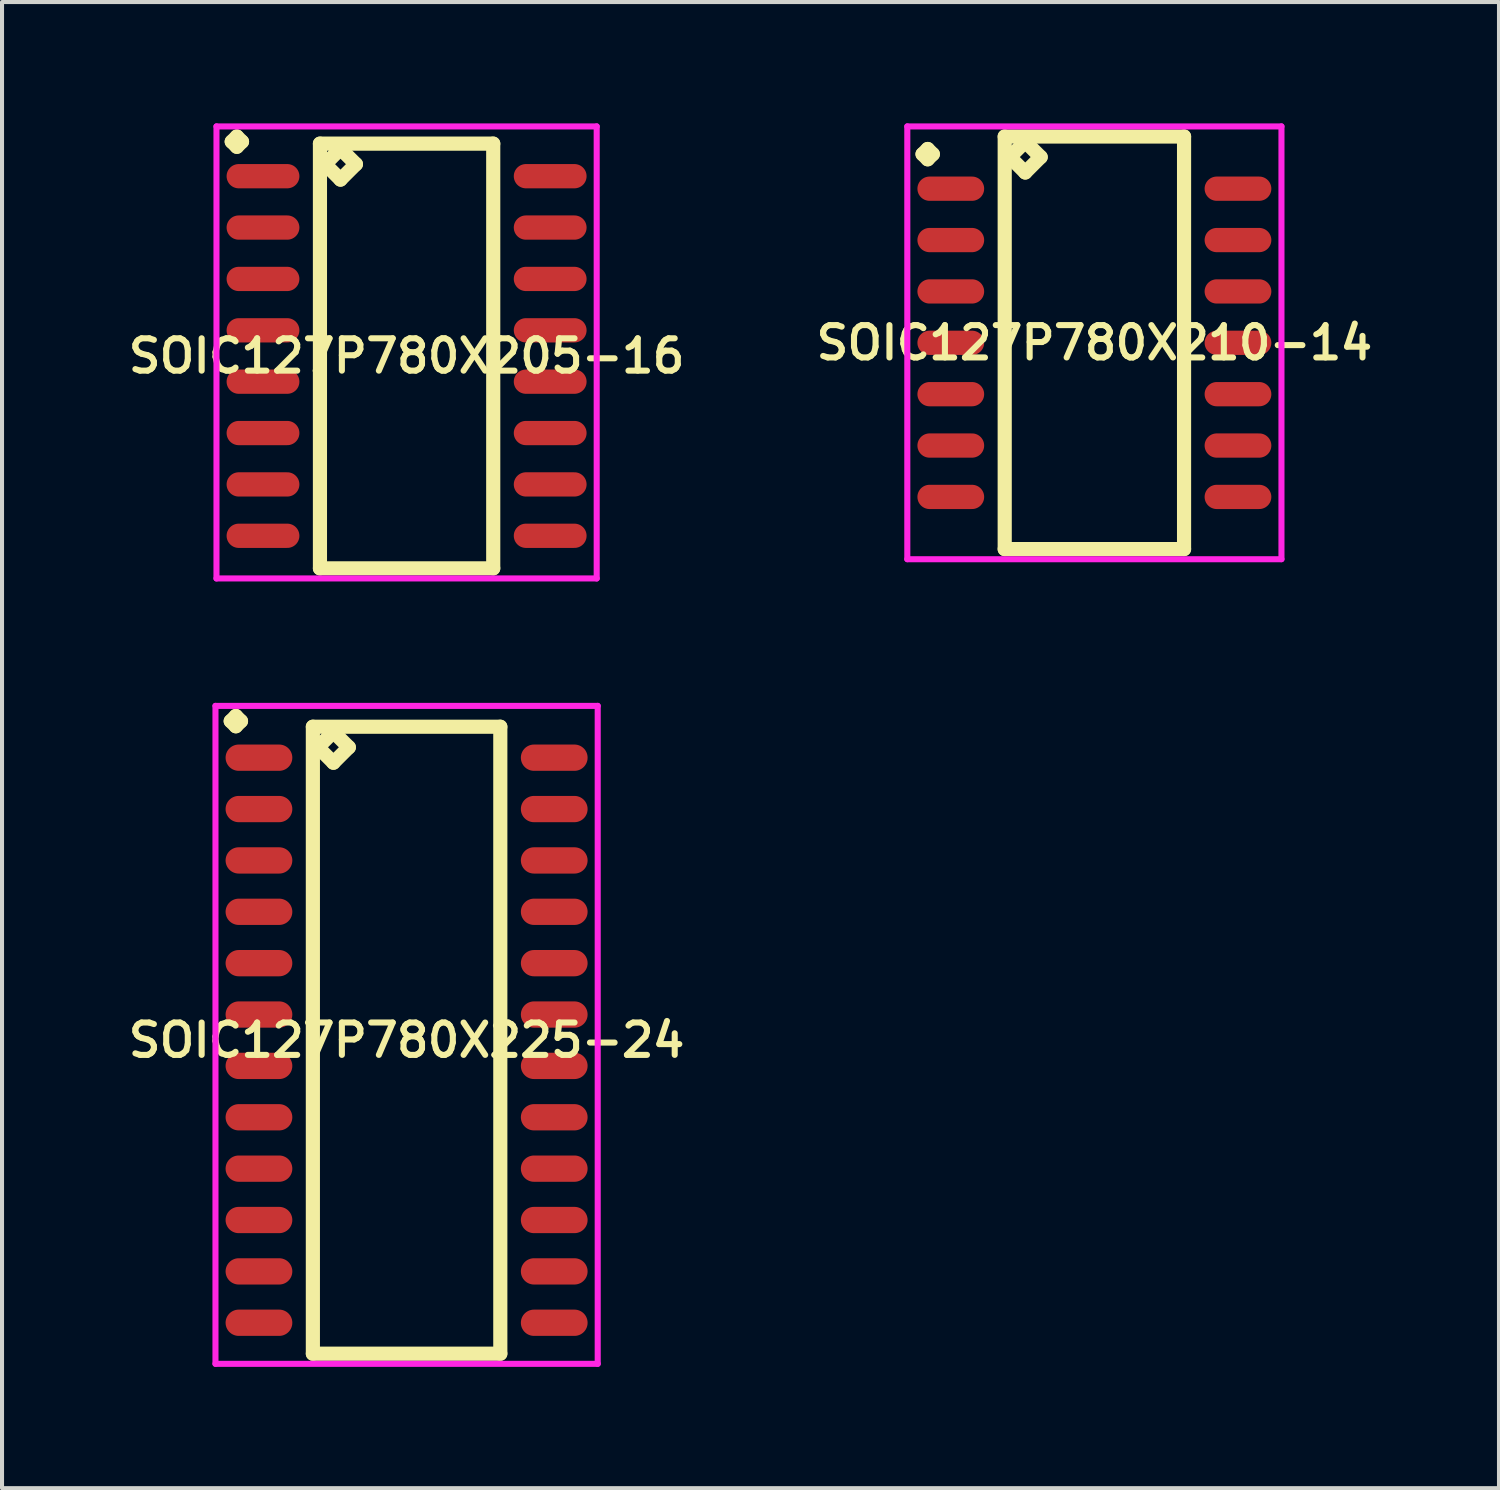
<source format=kicad_pcb>
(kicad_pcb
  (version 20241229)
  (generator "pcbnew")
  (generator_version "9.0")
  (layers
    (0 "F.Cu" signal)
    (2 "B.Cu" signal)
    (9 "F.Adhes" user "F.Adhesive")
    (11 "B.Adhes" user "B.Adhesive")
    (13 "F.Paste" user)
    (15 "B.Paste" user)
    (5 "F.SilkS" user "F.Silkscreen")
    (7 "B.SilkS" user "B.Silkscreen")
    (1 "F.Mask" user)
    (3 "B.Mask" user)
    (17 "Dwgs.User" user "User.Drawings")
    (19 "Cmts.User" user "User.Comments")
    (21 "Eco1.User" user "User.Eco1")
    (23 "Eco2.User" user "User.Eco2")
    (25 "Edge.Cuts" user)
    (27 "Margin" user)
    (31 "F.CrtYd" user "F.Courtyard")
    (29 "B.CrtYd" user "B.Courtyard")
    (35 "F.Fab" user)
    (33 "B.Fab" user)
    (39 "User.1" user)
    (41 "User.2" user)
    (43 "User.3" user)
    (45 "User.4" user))
  (footprint "SOIC127P780X205-16"
    (layer "F.Cu")
    (at 7.002 5.751)
    (property "Reference" "SOIC127P780X205-16" (at 0 0 0) (layer "F.SilkS") (effects (font (size 0.8 0.8) (thickness 0.15))))
    (attr smd)
    (fp_line (start -4.323 -5.299) (end -4.196 -5.426) (stroke (width 0.35) (type solid)) (layer "F.SilkS"))
    (fp_line (start -4.196 -5.426) (end -4.069 -5.299) (stroke (width 0.35) (type solid)) (layer "F.SilkS"))
    (fp_line (start -4.196 -5.172) (end -4.323 -5.299) (stroke (width 0.35) (type solid)) (layer "F.SilkS"))
    (fp_line (start -4.069 -5.299) (end -4.196 -5.172) (stroke (width 0.35) (type solid)) (layer "F.SilkS"))
    (fp_line (start -2.142 -5.25) (end -2.142 5.25) (stroke (width 0.35) (type solid)) (layer "F.SilkS"))
    (fp_line (start -2.142 5.25) (end 2.142 5.25) (stroke (width 0.35) (type solid)) (layer "F.SilkS"))
    (fp_line (start -2.015 -4.742) (end -1.634 -5.123) (stroke (width 0.35) (type solid)) (layer "F.SilkS"))
    (fp_line (start -1.634 -5.123) (end -1.253 -4.742) (stroke (width 0.35) (type solid)) (layer "F.SilkS"))
    (fp_line (start -1.634 -4.361) (end -2.015 -4.742) (stroke (width 0.35) (type solid)) (layer "F.SilkS"))
    (fp_line (start -1.253 -4.742) (end -1.634 -4.361) (stroke (width 0.35) (type solid)) (layer "F.SilkS"))
    (fp_line (start 2.142 -5.25) (end -2.142 -5.25) (stroke (width 0.35) (type solid)) (layer "F.SilkS"))
    (fp_line (start 2.142 5.25) (end 2.142 -5.25) (stroke (width 0.35) (type solid)) (layer "F.SilkS"))
    (fp_line (start -4.7 -5.676) (end 4.7 -5.676) (stroke (width 0.15) (type solid)) (layer "F.CrtYd"))
    (fp_line (start -4.7 5.5) (end -4.7 -5.676) (stroke (width 0.15) (type solid)) (layer "F.CrtYd"))
    (fp_line (start 4.7 -5.676) (end 4.7 5.5) (stroke (width 0.15) (type solid)) (layer "F.CrtYd"))
    (fp_line (start 4.7 5.5) (end -4.7 5.5) (stroke (width 0.15) (type solid)) (layer "F.CrtYd"))
    (pad "1" smd oval (at -3.55 -4.445) (size 1.8 0.6) (layers "F.Cu" "F.Mask" "F.Paste"))
    (pad "2" smd oval (at -3.55 -3.175) (size 1.8 0.6) (layers "F.Cu" "F.Mask" "F.Paste"))
    (pad "3" smd oval (at -3.55 -1.905) (size 1.8 0.6) (layers "F.Cu" "F.Mask" "F.Paste"))
    (pad "4" smd oval (at -3.55 -0.635) (size 1.8 0.6) (layers "F.Cu" "F.Mask" "F.Paste"))
    (pad "5" smd oval (at -3.55 0.635) (size 1.8 0.6) (layers "F.Cu" "F.Mask" "F.Paste"))
    (pad "6" smd oval (at -3.55 1.905) (size 1.8 0.6) (layers "F.Cu" "F.Mask" "F.Paste"))
    (pad "7" smd oval (at -3.55 3.175) (size 1.8 0.6) (layers "F.Cu" "F.Mask" "F.Paste"))
    (pad "8" smd oval (at -3.55 4.445) (size 1.8 0.6) (layers "F.Cu" "F.Mask" "F.Paste"))
    (pad "9" smd oval (at 3.55 4.445) (size 1.8 0.6) (layers "F.Cu" "F.Mask" "F.Paste"))
    (pad "10" smd oval (at 3.55 3.175) (size 1.8 0.6) (layers "F.Cu" "F.Mask" "F.Paste"))
    (pad "11" smd oval (at 3.55 1.905) (size 1.8 0.6) (layers "F.Cu" "F.Mask" "F.Paste"))
    (pad "12" smd oval (at 3.55 0.635) (size 1.8 0.6) (layers "F.Cu" "F.Mask" "F.Paste"))
    (pad "13" smd oval (at 3.55 -0.635) (size 1.8 0.6) (layers "F.Cu" "F.Mask" "F.Paste"))
    (pad "14" smd oval (at 3.55 -1.905) (size 1.8 0.6) (layers "F.Cu" "F.Mask" "F.Paste"))
    (pad "15" smd oval (at 3.55 -3.175) (size 1.8 0.6) (layers "F.Cu" "F.Mask" "F.Paste"))
    (pad "16" smd oval (at 3.55 -4.445) (size 1.8 0.6) (layers "F.Cu" "F.Mask" "F.Paste")))
  (footprint "SOIC127P780X225-24"
    (layer "F.Cu")
    (at 7.002 22.667)
    (property "Reference" "SOIC127P780X225-24" (at 0 0 0) (layer "F.SilkS") (effects (font (size 0.8 0.8) (thickness 0.15))))
    (attr smd)
    (fp_line (start -4.348 -7.889) (end -4.221 -8.016) (stroke (width 0.35) (type solid)) (layer "F.SilkS"))
    (fp_line (start -4.221 -8.016) (end -4.094 -7.889) (stroke (width 0.35) (type solid)) (layer "F.SilkS"))
    (fp_line (start -4.221 -7.762) (end -4.348 -7.889) (stroke (width 0.35) (type solid)) (layer "F.SilkS"))
    (fp_line (start -4.094 -7.889) (end -4.221 -7.762) (stroke (width 0.35) (type solid)) (layer "F.SilkS"))
    (fp_line (start -2.317 -7.75) (end -2.317 7.75) (stroke (width 0.35) (type solid)) (layer "F.SilkS"))
    (fp_line (start -2.317 7.75) (end 2.317 7.75) (stroke (width 0.35) (type solid)) (layer "F.SilkS"))
    (fp_line (start -2.19 -7.242) (end -1.809 -7.623) (stroke (width 0.35) (type solid)) (layer "F.SilkS"))
    (fp_line (start -1.809 -7.623) (end -1.428 -7.242) (stroke (width 0.35) (type solid)) (layer "F.SilkS"))
    (fp_line (start -1.809 -6.861) (end -2.19 -7.242) (stroke (width 0.35) (type solid)) (layer "F.SilkS"))
    (fp_line (start -1.428 -7.242) (end -1.809 -6.861) (stroke (width 0.35) (type solid)) (layer "F.SilkS"))
    (fp_line (start 2.317 -7.75) (end -2.317 -7.75) (stroke (width 0.35) (type solid)) (layer "F.SilkS"))
    (fp_line (start 2.317 7.75) (end 2.317 -7.75) (stroke (width 0.35) (type solid)) (layer "F.SilkS"))
    (fp_line (start -4.725 -8.266) (end 4.725 -8.266) (stroke (width 0.15) (type solid)) (layer "F.CrtYd"))
    (fp_line (start -4.725 8) (end -4.725 -8.266) (stroke (width 0.15) (type solid)) (layer "F.CrtYd"))
    (fp_line (start 4.725 -8.266) (end 4.725 8) (stroke (width 0.15) (type solid)) (layer "F.CrtYd"))
    (fp_line (start 4.725 8) (end -4.725 8) (stroke (width 0.15) (type solid)) (layer "F.CrtYd"))
    (pad "1" smd oval (at -3.65 -6.985) (size 1.65 0.65) (layers "F.Cu" "F.Mask" "F.Paste"))
    (pad "2" smd oval (at -3.65 -5.715) (size 1.65 0.65) (layers "F.Cu" "F.Mask" "F.Paste"))
    (pad "3" smd oval (at -3.65 -4.445) (size 1.65 0.65) (layers "F.Cu" "F.Mask" "F.Paste"))
    (pad "4" smd oval (at -3.65 -3.175) (size 1.65 0.65) (layers "F.Cu" "F.Mask" "F.Paste"))
    (pad "5" smd oval (at -3.65 -1.905) (size 1.65 0.65) (layers "F.Cu" "F.Mask" "F.Paste"))
    (pad "6" smd oval (at -3.65 -0.635) (size 1.65 0.65) (layers "F.Cu" "F.Mask" "F.Paste"))
    (pad "7" smd oval (at -3.65 0.635) (size 1.65 0.65) (layers "F.Cu" "F.Mask" "F.Paste"))
    (pad "8" smd oval (at -3.65 1.905) (size 1.65 0.65) (layers "F.Cu" "F.Mask" "F.Paste"))
    (pad "9" smd oval (at -3.65 3.175) (size 1.65 0.65) (layers "F.Cu" "F.Mask" "F.Paste"))
    (pad "10" smd oval (at -3.65 4.445) (size 1.65 0.65) (layers "F.Cu" "F.Mask" "F.Paste"))
    (pad "11" smd oval (at -3.65 5.715) (size 1.65 0.65) (layers "F.Cu" "F.Mask" "F.Paste"))
    (pad "12" smd oval (at -3.65 6.985) (size 1.65 0.65) (layers "F.Cu" "F.Mask" "F.Paste"))
    (pad "13" smd oval (at 3.65 6.985) (size 1.65 0.65) (layers "F.Cu" "F.Mask" "F.Paste"))
    (pad "14" smd oval (at 3.65 5.715) (size 1.65 0.65) (layers "F.Cu" "F.Mask" "F.Paste"))
    (pad "15" smd oval (at 3.65 4.445) (size 1.65 0.65) (layers "F.Cu" "F.Mask" "F.Paste"))
    (pad "16" smd oval (at 3.65 3.175) (size 1.65 0.65) (layers "F.Cu" "F.Mask" "F.Paste"))
    (pad "17" smd oval (at 3.65 1.905) (size 1.65 0.65) (layers "F.Cu" "F.Mask" "F.Paste"))
    (pad "18" smd oval (at 3.65 0.635) (size 1.65 0.65) (layers "F.Cu" "F.Mask" "F.Paste"))
    (pad "19" smd oval (at 3.65 -0.635) (size 1.65 0.65) (layers "F.Cu" "F.Mask" "F.Paste"))
    (pad "20" smd oval (at 3.65 -1.905) (size 1.65 0.65) (layers "F.Cu" "F.Mask" "F.Paste"))
    (pad "21" smd oval (at 3.65 -3.175) (size 1.65 0.65) (layers "F.Cu" "F.Mask" "F.Paste"))
    (pad "22" smd oval (at 3.65 -4.445) (size 1.65 0.65) (layers "F.Cu" "F.Mask" "F.Paste"))
    (pad "23" smd oval (at 3.65 -5.715) (size 1.65 0.65) (layers "F.Cu" "F.Mask" "F.Paste"))
    (pad "24" smd oval (at 3.65 -6.985) (size 1.65 0.65) (layers "F.Cu" "F.Mask" "F.Paste")))
  (footprint "SOIC127P780X210-14"
    (layer "F.Cu")
    (at 24.006 5.425)
    (property "Reference" "SOIC127P780X210-14" (at 0 0 0) (layer "F.SilkS") (effects (font (size 0.8 0.8) (thickness 0.15))))
    (attr smd)
    (fp_line (start -4.248 -4.664) (end -4.121 -4.791) (stroke (width 0.35) (type solid)) (layer "F.SilkS"))
    (fp_line (start -4.121 -4.791) (end -3.994 -4.664) (stroke (width 0.35) (type solid)) (layer "F.SilkS"))
    (fp_line (start -4.121 -4.537) (end -4.248 -4.664) (stroke (width 0.35) (type solid)) (layer "F.SilkS"))
    (fp_line (start -3.994 -4.664) (end -4.121 -4.537) (stroke (width 0.35) (type solid)) (layer "F.SilkS"))
    (fp_line (start -2.217 -5.1) (end -2.217 5.1) (stroke (width 0.35) (type solid)) (layer "F.SilkS"))
    (fp_line (start -2.217 5.1) (end 2.217 5.1) (stroke (width 0.35) (type solid)) (layer "F.SilkS"))
    (fp_line (start -2.09 -4.592) (end -1.709 -4.973) (stroke (width 0.35) (type solid)) (layer "F.SilkS"))
    (fp_line (start -1.709 -4.973) (end -1.328 -4.592) (stroke (width 0.35) (type solid)) (layer "F.SilkS"))
    (fp_line (start -1.709 -4.211) (end -2.09 -4.592) (stroke (width 0.35) (type solid)) (layer "F.SilkS"))
    (fp_line (start -1.328 -4.592) (end -1.709 -4.211) (stroke (width 0.35) (type solid)) (layer "F.SilkS"))
    (fp_line (start 2.217 -5.1) (end -2.217 -5.1) (stroke (width 0.35) (type solid)) (layer "F.SilkS"))
    (fp_line (start 2.217 5.1) (end 2.217 -5.1) (stroke (width 0.35) (type solid)) (layer "F.SilkS"))
    (fp_line (start -4.625 -5.35) (end 4.625 -5.35) (stroke (width 0.15) (type solid)) (layer "F.CrtYd"))
    (fp_line (start -4.625 5.35) (end -4.625 -5.35) (stroke (width 0.15) (type solid)) (layer "F.CrtYd"))
    (fp_line (start 4.625 -5.35) (end 4.625 5.35) (stroke (width 0.15) (type solid)) (layer "F.CrtYd"))
    (fp_line (start 4.625 5.35) (end -4.625 5.35) (stroke (width 0.15) (type solid)) (layer "F.CrtYd"))
    (pad "1" smd oval (at -3.55 -3.81) (size 1.65 0.6) (layers "F.Cu" "F.Mask" "F.Paste"))
    (pad "2" smd oval (at -3.55 -2.54) (size 1.65 0.6) (layers "F.Cu" "F.Mask" "F.Paste"))
    (pad "3" smd oval (at -3.55 -1.27) (size 1.65 0.6) (layers "F.Cu" "F.Mask" "F.Paste"))
    (pad "4" smd oval (at -3.55 0) (size 1.65 0.6) (layers "F.Cu" "F.Mask" "F.Paste"))
    (pad "5" smd oval (at -3.55 1.27) (size 1.65 0.6) (layers "F.Cu" "F.Mask" "F.Paste"))
    (pad "6" smd oval (at -3.55 2.54) (size 1.65 0.6) (layers "F.Cu" "F.Mask" "F.Paste"))
    (pad "7" smd oval (at -3.55 3.81) (size 1.65 0.6) (layers "F.Cu" "F.Mask" "F.Paste"))
    (pad "8" smd oval (at 3.55 3.81) (size 1.65 0.6) (layers "F.Cu" "F.Mask" "F.Paste"))
    (pad "9" smd oval (at 3.55 2.54) (size 1.65 0.6) (layers "F.Cu" "F.Mask" "F.Paste"))
    (pad "10" smd oval (at 3.55 1.27) (size 1.65 0.6) (layers "F.Cu" "F.Mask" "F.Paste"))
    (pad "11" smd oval (at 3.55 0) (size 1.65 0.6) (layers "F.Cu" "F.Mask" "F.Paste"))
    (pad "12" smd oval (at 3.55 -1.27) (size 1.65 0.6) (layers "F.Cu" "F.Mask" "F.Paste"))
    (pad "13" smd oval (at 3.55 -2.54) (size 1.65 0.6) (layers "F.Cu" "F.Mask" "F.Paste"))
    (pad "14" smd oval (at 3.55 -3.81) (size 1.65 0.6) (layers "F.Cu" "F.Mask" "F.Paste")))
  (gr_rect
    (start -3 -3)
    (end 34.009 33.742)
    (stroke (width 0.1) (type default))
    (fill no)
    (layer "Edge.Cuts")))
</source>
